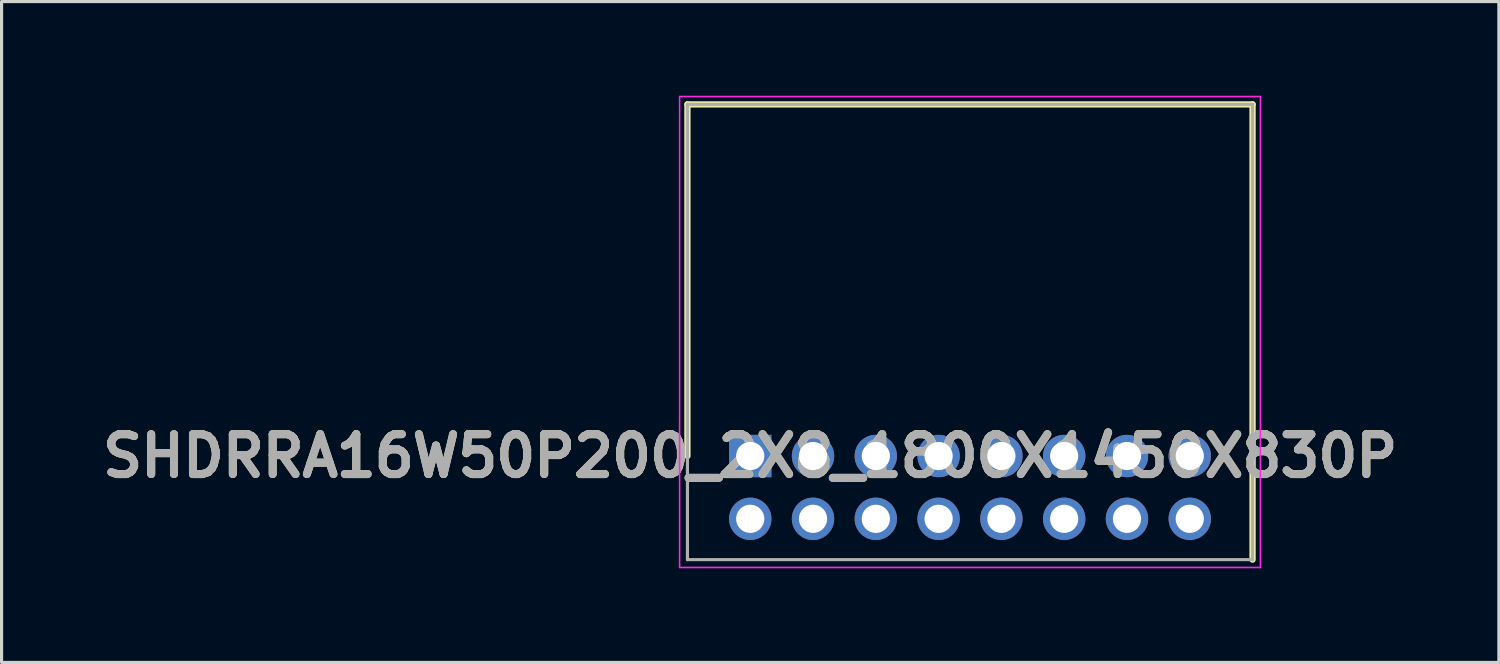
<source format=kicad_pcb>
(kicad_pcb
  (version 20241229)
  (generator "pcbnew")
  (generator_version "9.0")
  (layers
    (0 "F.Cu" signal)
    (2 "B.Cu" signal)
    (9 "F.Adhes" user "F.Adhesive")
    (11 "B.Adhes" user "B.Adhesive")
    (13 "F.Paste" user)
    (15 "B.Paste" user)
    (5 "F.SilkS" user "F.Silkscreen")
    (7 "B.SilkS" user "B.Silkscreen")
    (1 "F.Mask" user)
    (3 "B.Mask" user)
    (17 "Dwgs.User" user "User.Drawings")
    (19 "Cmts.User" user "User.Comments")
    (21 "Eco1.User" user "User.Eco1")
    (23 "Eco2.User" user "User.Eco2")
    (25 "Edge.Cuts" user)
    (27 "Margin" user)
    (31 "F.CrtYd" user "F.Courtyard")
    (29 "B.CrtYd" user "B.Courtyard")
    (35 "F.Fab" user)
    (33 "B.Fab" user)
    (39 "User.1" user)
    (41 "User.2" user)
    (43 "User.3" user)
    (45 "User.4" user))
  (footprint "SHDRRA16W50P200_2X8_1800X1450X830P"
    (layer "F.Cu")
    (at 20.846 11.475)
    (property "Reference" "SHDRRA16W50P200_2X8_1800X1450X830P" (at 0 0 0) (layer "F.SilkS") (effects (font (size 1.27 1.27) (thickness 0.254))))
    (attr through_hole)
    (fp_line (start -2 -11.2) (end 16 -11.2) (stroke (width 0.2) (type solid)) (layer "F.SilkS"))
    (fp_line (start -2 0) (end -2 -11.2) (stroke (width 0.2) (type solid)) (layer "F.SilkS"))
    (fp_line (start 16 -11.2) (end 16 3.3) (stroke (width 0.2) (type solid)) (layer "F.SilkS"))
    (fp_line (start -2.25 -11.45) (end -2.25 3.55) (stroke (width 0.05) (type solid)) (layer "F.CrtYd"))
    (fp_line (start -2.25 3.55) (end 16.25 3.55) (stroke (width 0.05) (type solid)) (layer "F.CrtYd"))
    (fp_line (start 16.25 -11.45) (end -2.25 -11.45) (stroke (width 0.05) (type solid)) (layer "F.CrtYd"))
    (fp_line (start 16.25 3.55) (end 16.25 -11.45) (stroke (width 0.05) (type solid)) (layer "F.CrtYd"))
    (fp_line (start -2 -11.2) (end -2 3.3) (stroke (width 0.1) (type solid)) (layer "F.Fab"))
    (fp_line (start -2 3.3) (end 16 3.3) (stroke (width 0.1) (type solid)) (layer "F.Fab"))
    (fp_line (start 16 -11.2) (end -2 -11.2) (stroke (width 0.1) (type solid)) (layer "F.Fab"))
    (fp_line (start 16 3.3) (end 16 -11.2) (stroke (width 0.1) (type solid)) (layer "F.Fab"))
    (fp_text user "${REFERENCE}" (at 0 0 0) (layer "F.Fab") (effects (font (size 1.27 1.27) (thickness 0.254))))
    (pad "1" thru_hole rect (at 0 0) (size 1.35 1.35) (drill 0.9) (layers "*.Cu" "*.Mask"))
    (pad "2" thru_hole circle (at 0 2) (size 1.35 1.35) (drill 0.9) (layers "*.Cu" "*.Mask"))
    (pad "3" thru_hole circle (at 2 0) (size 1.35 1.35) (drill 0.9) (layers "*.Cu" "*.Mask"))
    (pad "4" thru_hole circle (at 2 2) (size 1.35 1.35) (drill 0.9) (layers "*.Cu" "*.Mask"))
    (pad "5" thru_hole circle (at 4 0) (size 1.35 1.35) (drill 0.9) (layers "*.Cu" "*.Mask"))
    (pad "6" thru_hole circle (at 4 2) (size 1.35 1.35) (drill 0.9) (layers "*.Cu" "*.Mask"))
    (pad "7" thru_hole circle (at 6 0) (size 1.35 1.35) (drill 0.9) (layers "*.Cu" "*.Mask"))
    (pad "8" thru_hole circle (at 6 2) (size 1.35 1.35) (drill 0.9) (layers "*.Cu" "*.Mask"))
    (pad "9" thru_hole circle (at 8 0) (size 1.35 1.35) (drill 0.9) (layers "*.Cu" "*.Mask"))
    (pad "10" thru_hole circle (at 8 2) (size 1.35 1.35) (drill 0.9) (layers "*.Cu" "*.Mask"))
    (pad "11" thru_hole circle (at 10 0) (size 1.35 1.35) (drill 0.9) (layers "*.Cu" "*.Mask"))
    (pad "12" thru_hole circle (at 10 2) (size 1.35 1.35) (drill 0.9) (layers "*.Cu" "*.Mask"))
    (pad "13" thru_hole circle (at 12 0) (size 1.35 1.35) (drill 0.9) (layers "*.Cu" "*.Mask"))
    (pad "14" thru_hole circle (at 12 2) (size 1.35 1.35) (drill 0.9) (layers "*.Cu" "*.Mask"))
    (pad "15" thru_hole circle (at 14 0) (size 1.35 1.35) (drill 0.9) (layers "*.Cu" "*.Mask"))
    (pad "16" thru_hole circle (at 14 2) (size 1.35 1.35) (drill 0.9) (layers "*.Cu" "*.Mask")))
  (gr_rect
    (start -3 -3)
    (end 44.692 18.05)
    (stroke (width 0.1) (type default))
    (fill no)
    (layer "Edge.Cuts")))
</source>
